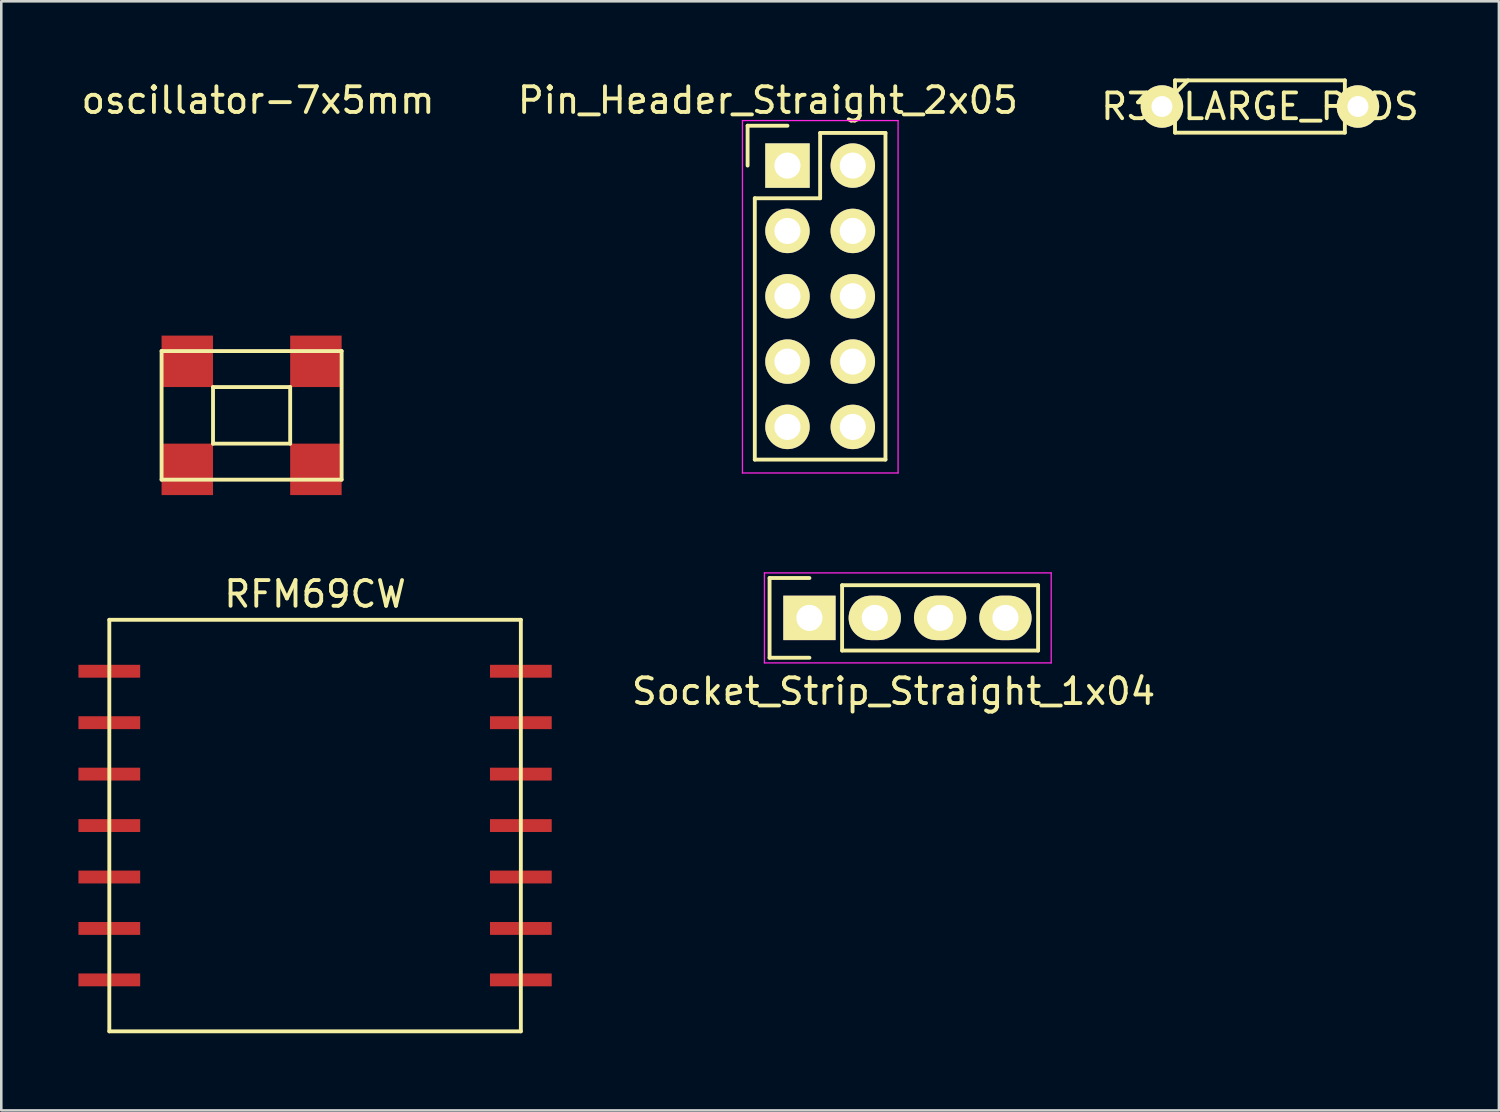
<source format=kicad_pcb>
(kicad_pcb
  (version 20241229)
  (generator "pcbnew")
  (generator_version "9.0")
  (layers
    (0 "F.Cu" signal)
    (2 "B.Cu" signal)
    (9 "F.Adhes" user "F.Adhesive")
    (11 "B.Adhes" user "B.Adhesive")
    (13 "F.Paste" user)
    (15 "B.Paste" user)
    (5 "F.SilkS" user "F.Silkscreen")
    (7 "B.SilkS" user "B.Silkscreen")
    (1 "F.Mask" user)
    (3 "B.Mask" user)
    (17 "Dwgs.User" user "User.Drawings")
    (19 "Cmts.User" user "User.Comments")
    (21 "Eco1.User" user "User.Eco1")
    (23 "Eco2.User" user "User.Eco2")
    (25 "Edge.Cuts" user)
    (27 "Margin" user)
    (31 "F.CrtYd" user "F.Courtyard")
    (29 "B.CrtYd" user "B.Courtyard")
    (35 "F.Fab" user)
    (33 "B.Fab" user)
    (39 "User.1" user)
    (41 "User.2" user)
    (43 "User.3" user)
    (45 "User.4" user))
  (footprint "RFM69CW"
    (layer "F.Cu")
    (at 9.2 29.047)
    (property "Reference" "RFM69CW" (at 0 -9 0) (layer "F.SilkS") (effects (font (size 1 1) (thickness 0.15))))
    (attr through_hole)
    (fp_line (start -8 -8) (end 8 -8) (stroke (width 0.15) (type solid)) (layer "F.SilkS"))
    (fp_line (start -8 8) (end -8 -8) (stroke (width 0.15) (type solid)) (layer "F.SilkS"))
    (fp_line (start 8 -8) (end 8 8) (stroke (width 0.15) (type solid)) (layer "F.SilkS"))
    (fp_line (start 8 8) (end -8 8) (stroke (width 0.15) (type solid)) (layer "F.SilkS"))
    (pad "1" smd rect (at 8 6) (size 2.4 0.5) (layers "F.Cu" "F.Mask" "F.Paste"))
    (pad "2" smd rect (at 8 4) (size 2.4 0.5) (layers "F.Cu" "F.Mask" "F.Paste"))
    (pad "3" smd rect (at 8 2) (size 2.4 0.5) (layers "F.Cu" "F.Mask" "F.Paste"))
    (pad "4" smd rect (at 8 0) (size 2.4 0.5) (layers "F.Cu" "F.Mask" "F.Paste"))
    (pad "5" smd rect (at 8 -2) (size 2.4 0.5) (layers "F.Cu" "F.Mask" "F.Paste"))
    (pad "6" smd rect (at 8 -4) (size 2.4 0.5) (layers "F.Cu" "F.Mask" "F.Paste"))
    (pad "7" smd rect (at 8 -6) (size 2.4 0.5) (layers "F.Cu" "F.Mask" "F.Paste"))
    (pad "8" smd rect (at -8 -6) (size 2.4 0.5) (layers "F.Cu" "F.Mask" "F.Paste"))
    (pad "9" smd rect (at -8 -4) (size 2.4 0.5) (layers "F.Cu" "F.Mask" "F.Paste"))
    (pad "10" smd rect (at -8 -2) (size 2.4 0.5) (layers "F.Cu" "F.Mask" "F.Paste"))
    (pad "11" smd rect (at -8 0) (size 2.4 0.5) (layers "F.Cu" "F.Mask" "F.Paste"))
    (pad "12" smd rect (at -8 2) (size 2.4 0.5) (layers "F.Cu" "F.Mask" "F.Paste"))
    (pad "13" smd rect (at -8 4) (size 2.4 0.5) (layers "F.Cu" "F.Mask" "F.Paste"))
    (pad "14" smd rect (at -8 6) (size 2.4 0.5) (layers "F.Cu" "F.Mask" "F.Paste")))
  (footprint "oscillator-7x5mm"
    (layer "F.Cu")
    (at 6.732 13.098)
    (property "Reference" "oscillator-7x5mm" (at 0.25 -12.25 0) (layer "F.SilkS") (effects (font (size 1 1) (thickness 0.15))))
    (attr through_hole)
    (fp_line (start -3.5 -2.5) (end 3.5 -2.5) (stroke (width 0.15) (type solid)) (layer "F.SilkS"))
    (fp_line (start -3.5 2.5) (end -3.5 -2.5) (stroke (width 0.15) (type solid)) (layer "F.SilkS"))
    (fp_line (start -1.5 -1.1) (end 1.5 -1.1) (stroke (width 0.15) (type solid)) (layer "F.SilkS"))
    (fp_line (start -1.5 1.1) (end -1.5 -1.1) (stroke (width 0.15) (type solid)) (layer "F.SilkS"))
    (fp_line (start 1.5 -1.1) (end 1.5 1.1) (stroke (width 0.15) (type solid)) (layer "F.SilkS"))
    (fp_line (start 1.5 1.1) (end -1.5 1.1) (stroke (width 0.15) (type solid)) (layer "F.SilkS"))
    (fp_line (start 3.5 -2.5) (end 3.5 2.5) (stroke (width 0.15) (type solid)) (layer "F.SilkS"))
    (fp_line (start 3.5 2.5) (end -3.5 2.5) (stroke (width 0.15) (type solid)) (layer "F.SilkS"))
    (pad "1" smd rect (at -2.5 2.1) (size 2 2) (layers "F.Cu" "F.Mask" "F.Paste"))
    (pad "2" smd rect (at 2.5 2.1) (size 2 2) (layers "F.Cu" "F.Mask" "F.Paste"))
    (pad "3" smd rect (at 2.5 -2.1) (size 2 2) (layers "F.Cu" "F.Mask" "F.Paste"))
    (pad "4" smd rect (at -2.5 -2.1) (size 2 2) (layers "F.Cu" "F.Mask" "F.Paste")))
  (footprint "Socket_Strip_Straight_1x04"
    (layer "F.Cu")
    (at 28.42 20.973)
    (property "Reference" "Socket_Strip_Straight_1x04" (at 3.272 2.856 0) (layer "F.SilkS") (effects (font (size 1 1) (thickness 0.15))))
    (attr through_hole)
    (fp_line (start -1.55 -1.55) (end -1.55 1.55) (stroke (width 0.15) (type solid)) (layer "F.SilkS"))
    (fp_line (start -1.55 1.55) (end 0 1.55) (stroke (width 0.15) (type solid)) (layer "F.SilkS"))
    (fp_line (start 0 -1.55) (end -1.55 -1.55) (stroke (width 0.15) (type solid)) (layer "F.SilkS"))
    (fp_line (start 1.27 -1.27) (end 8.89 -1.27) (stroke (width 0.15) (type solid)) (layer "F.SilkS"))
    (fp_line (start 1.27 1.27) (end 1.27 -1.27) (stroke (width 0.15) (type solid)) (layer "F.SilkS"))
    (fp_line (start 1.27 1.27) (end 8.89 1.27) (stroke (width 0.15) (type solid)) (layer "F.SilkS"))
    (fp_line (start 8.89 -1.27) (end 8.89 1.27) (stroke (width 0.15) (type solid)) (layer "F.SilkS"))
    (fp_line (start -1.75 -1.75) (end -1.75 1.75) (stroke (width 0.05) (type solid)) (layer "F.CrtYd"))
    (fp_line (start -1.75 -1.75) (end 9.4 -1.75) (stroke (width 0.05) (type solid)) (layer "F.CrtYd"))
    (fp_line (start -1.75 1.75) (end 9.4 1.75) (stroke (width 0.05) (type solid)) (layer "F.CrtYd"))
    (fp_line (start 9.4 -1.75) (end 9.4 1.75) (stroke (width 0.05) (type solid)) (layer "F.CrtYd"))
    (pad "1" thru_hole rect (at 0 0 90) (size 1.727 2.032) (drill 1.016) (layers "*.Cu" "*.Mask" "F.SilkS"))
    (pad "2" thru_hole oval (at 2.54 0 90) (size 1.727 2.032) (drill 1.016) (layers "*.Cu" "*.Mask" "F.SilkS"))
    (pad "3" thru_hole oval (at 5.08 0 90) (size 1.727 2.032) (drill 1.016) (layers "*.Cu" "*.Mask" "F.SilkS"))
    (pad "4" thru_hole oval (at 7.62 0 90) (size 1.727 2.032) (drill 1.016) (layers "*.Cu" "*.Mask" "F.SilkS")))
  (footprint "Pin_Header_Straight_2x05"
    (layer "F.Cu")
    (at 27.566 3.388)
    (property "Reference" "Pin_Header_Straight_2x05" (at -0.762 -2.54 180) (layer "F.SilkS") (effects (font (size 1 1) (thickness 0.15))))
    (attr through_hole)
    (fp_line (start -1.55 -1.55) (end -1.55 0) (stroke (width 0.15) (type solid)) (layer "F.SilkS"))
    (fp_line (start -1.27 11.43) (end -1.27 1.27) (stroke (width 0.15) (type solid)) (layer "F.SilkS"))
    (fp_line (start 0 -1.55) (end -1.55 -1.55) (stroke (width 0.15) (type solid)) (layer "F.SilkS"))
    (fp_line (start 1.27 -1.27) (end 1.27 1.27) (stroke (width 0.15) (type solid)) (layer "F.SilkS"))
    (fp_line (start 1.27 1.27) (end -1.27 1.27) (stroke (width 0.15) (type solid)) (layer "F.SilkS"))
    (fp_line (start 3.81 -1.27) (end 1.27 -1.27) (stroke (width 0.15) (type solid)) (layer "F.SilkS"))
    (fp_line (start 3.81 -1.27) (end 3.81 11.43) (stroke (width 0.15) (type solid)) (layer "F.SilkS"))
    (fp_line (start 3.81 11.43) (end -1.27 11.43) (stroke (width 0.15) (type solid)) (layer "F.SilkS"))
    (fp_line (start -1.75 -1.75) (end -1.75 11.95) (stroke (width 0.05) (type solid)) (layer "F.CrtYd"))
    (fp_line (start -1.75 -1.75) (end 4.3 -1.75) (stroke (width 0.05) (type solid)) (layer "F.CrtYd"))
    (fp_line (start -1.75 11.95) (end 4.3 11.95) (stroke (width 0.05) (type solid)) (layer "F.CrtYd"))
    (fp_line (start 4.3 -1.75) (end 4.3 11.95) (stroke (width 0.05) (type solid)) (layer "F.CrtYd"))
    (pad "1" thru_hole rect (at 0 0) (size 1.727 1.727) (drill 1.016) (layers "*.Cu" "*.Mask" "F.SilkS"))
    (pad "2" thru_hole oval (at 2.54 0) (size 1.727 1.727) (drill 1.016) (layers "*.Cu" "*.Mask" "F.SilkS"))
    (pad "3" thru_hole oval (at 0 2.54) (size 1.727 1.727) (drill 1.016) (layers "*.Cu" "*.Mask" "F.SilkS"))
    (pad "4" thru_hole oval (at 2.54 2.54) (size 1.727 1.727) (drill 1.016) (layers "*.Cu" "*.Mask" "F.SilkS"))
    (pad "5" thru_hole oval (at 0 5.08) (size 1.727 1.727) (drill 1.016) (layers "*.Cu" "*.Mask" "F.SilkS"))
    (pad "6" thru_hole oval (at 2.54 5.08) (size 1.727 1.727) (drill 1.016) (layers "*.Cu" "*.Mask" "F.SilkS"))
    (pad "7" thru_hole oval (at 0 7.62) (size 1.727 1.727) (drill 1.016) (layers "*.Cu" "*.Mask" "F.SilkS"))
    (pad "8" thru_hole oval (at 2.54 7.62) (size 1.727 1.727) (drill 1.016) (layers "*.Cu" "*.Mask" "F.SilkS"))
    (pad "9" thru_hole oval (at 0 10.16) (size 1.727 1.727) (drill 1.016) (layers "*.Cu" "*.Mask" "F.SilkS"))
    (pad "10" thru_hole oval (at 2.54 10.16) (size 1.727 1.727) (drill 1.016) (layers "*.Cu" "*.Mask" "F.SilkS")))
  (footprint "R3-LARGE_PADS"
    (layer "F.Cu")
    (at 45.935 1.091)
    (property "Reference" "R3-LARGE_PADS" (at 0 0 0) (layer "F.SilkS") (effects (font (size 1 1) (thickness 0.15))))
    (attr through_hole)
    (fp_line (start -3.81 0) (end -3.302 0) (stroke (width 0.15) (type solid)) (layer "F.SilkS"))
    (fp_line (start -3.302 -1.016) (end -3.302 1.016) (stroke (width 0.15) (type solid)) (layer "F.SilkS"))
    (fp_line (start -3.302 -0.508) (end -2.794 -1.016) (stroke (width 0.15) (type solid)) (layer "F.SilkS"))
    (fp_line (start -3.302 1.016) (end 3.302 1.016) (stroke (width 0.15) (type solid)) (layer "F.SilkS"))
    (fp_line (start 3.302 -1.016) (end -3.302 -1.016) (stroke (width 0.15) (type solid)) (layer "F.SilkS"))
    (fp_line (start 3.302 0) (end 3.302 -1.016) (stroke (width 0.15) (type solid)) (layer "F.SilkS"))
    (fp_line (start 3.302 1.016) (end 3.302 0) (stroke (width 0.15) (type solid)) (layer "F.SilkS"))
    (fp_line (start 3.81 0) (end 3.302 0) (stroke (width 0.15) (type solid)) (layer "F.SilkS"))
    (pad "1" thru_hole circle (at -3.81 0) (size 1.651 1.651) (drill 0.813) (layers "*.Cu" "*.Mask" "F.SilkS"))
    (pad "2" thru_hole circle (at 3.81 0) (size 1.651 1.651) (drill 0.813) (layers "*.Cu" "*.Mask" "F.SilkS")))
  (gr_rect
    (start -3 -3)
    (end 55.226 40.121)
    (stroke (width 0.1) (type default))
    (fill no)
    (layer "Edge.Cuts")))
</source>
